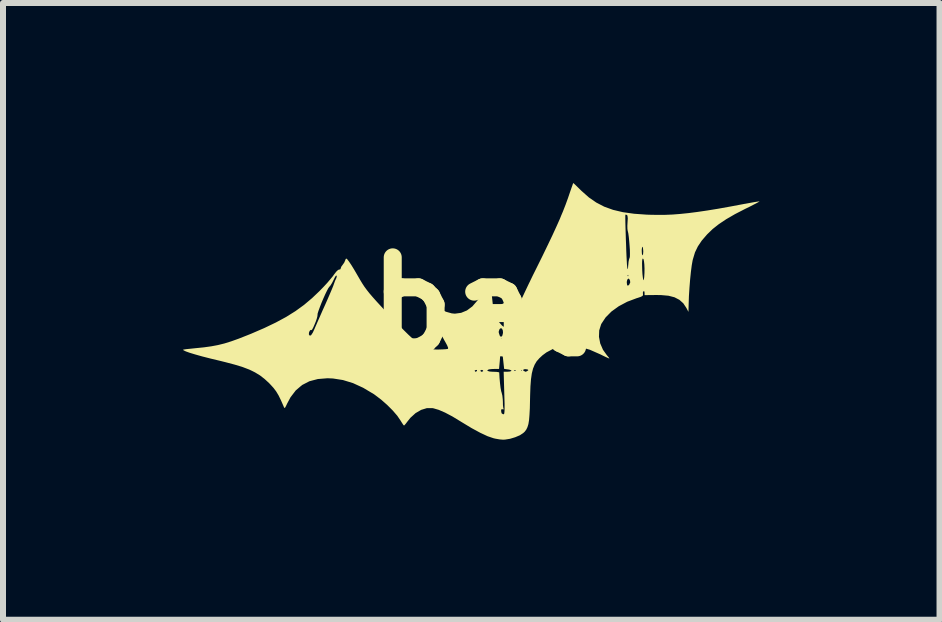
<source format=kicad_pcb>
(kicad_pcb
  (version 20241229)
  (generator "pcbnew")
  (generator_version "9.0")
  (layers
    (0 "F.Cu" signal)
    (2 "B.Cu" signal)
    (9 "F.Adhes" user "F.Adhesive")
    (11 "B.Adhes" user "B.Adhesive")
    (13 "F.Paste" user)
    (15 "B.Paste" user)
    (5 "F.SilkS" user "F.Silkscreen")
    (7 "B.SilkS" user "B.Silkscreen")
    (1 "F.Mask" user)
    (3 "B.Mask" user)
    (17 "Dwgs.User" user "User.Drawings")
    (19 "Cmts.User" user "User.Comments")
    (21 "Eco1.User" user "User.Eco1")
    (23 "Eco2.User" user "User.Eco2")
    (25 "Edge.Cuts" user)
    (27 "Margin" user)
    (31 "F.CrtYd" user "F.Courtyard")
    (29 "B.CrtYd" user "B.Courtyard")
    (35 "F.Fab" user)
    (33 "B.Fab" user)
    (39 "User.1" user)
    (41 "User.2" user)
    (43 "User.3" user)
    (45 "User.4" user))
  (footprint "bat"
    (layer "F.Cu")
    (at 4.923 2.06)
    (property "Reference" "bat" (at 0 0 0) (layer "F.SilkS") (effects (font (size 1.5 1.5) (thickness 0.3))))
    (attr board_only exclude_from_pos_files exclude_from_bom)
    (fp_poly (pts (xy 1.592 -2.05) (xy 1.622 -2.022) (xy 1.665 -1.98) (xy 1.718 -1.928) (xy 1.724 -1.923) (xy 1.84 -1.82) (xy 1.963 -1.735) (xy 2.096 -1.666) (xy 2.243 -1.613) (xy 2.408 -1.574) (xy 2.594 -1.548) (xy 2.805 -1.533) (xy 2.87 -1.531) (xy 2.993 -1.529) (xy 3.114 -1.53) (xy 3.236 -1.535) (xy 3.363 -1.545) (xy 3.499 -1.559) (xy 3.647 -1.578) (xy 3.811 -1.602) (xy 3.995 -1.632) (xy 4.201 -1.669) (xy 4.435 -1.713) (xy 4.443 -1.714) (xy 4.525 -1.729) (xy 4.595 -1.742) (xy 4.648 -1.75) (xy 4.679 -1.754) (xy 4.684 -1.754) (xy 4.672 -1.746) (xy 4.636 -1.726) (xy 4.582 -1.698) (xy 4.512 -1.662) (xy 4.448 -1.631) (xy 4.275 -1.542) (xy 4.13 -1.458) (xy 4.007 -1.376) (xy 3.903 -1.294) (xy 3.814 -1.208) (xy 3.81 -1.204) (xy 3.721 -1.101) (xy 3.656 -1.004) (xy 3.608 -0.905) (xy 3.575 -0.795) (xy 3.569 -0.773) (xy 3.554 -0.689) (xy 3.54 -0.58) (xy 3.527 -0.454) (xy 3.516 -0.317) (xy 3.507 -0.177) (xy 3.503 -0.055) (xy 3.499 0.087) (xy 3.465 0.022) (xy 3.413 -0.056) (xy 3.348 -0.114) (xy 3.267 -0.156) (xy 3.167 -0.182) (xy 3.042 -0.193) (xy 2.961 -0.194) (xy 2.768 -0.192) (xy 2.768 -0.231) (xy 2.763 -0.257) (xy 2.751 -0.259) (xy 2.74 -0.237) (xy 2.741 -0.211) (xy 2.742 -0.192) (xy 2.731 -0.177) (xy 2.704 -0.163) (xy 2.653 -0.146) (xy 2.636 -0.141) (xy 2.479 -0.082) (xy 2.338 -0.007) (xy 2.216 0.081) (xy 2.119 0.179) (xy 2.048 0.286) (xy 2.043 0.297) (xy 2.012 0.396) (xy 2.008 0.503) (xy 2.029 0.613) (xy 2.075 0.719) (xy 2.138 0.807) (xy 2.166 0.84) (xy 2.18 0.861) (xy 2.181 0.865) (xy 2.164 0.858) (xy 2.125 0.841) (xy 2.071 0.815) (xy 2.033 0.796) (xy 1.856 0.718) (xy 1.69 0.67) (xy 1.536 0.65) (xy 1.392 0.658) (xy 1.258 0.696) (xy 1.133 0.762) (xy 1.068 0.81) (xy 1.014 0.86) (xy 0.97 0.91) (xy 0.936 0.967) (xy 0.909 1.033) (xy 0.889 1.113) (xy 0.875 1.211) (xy 0.866 1.33) (xy 0.861 1.475) (xy 0.859 1.557) (xy 0.856 1.694) (xy 0.85 1.804) (xy 0.843 1.89) (xy 0.832 1.957) (xy 0.816 2.009) (xy 0.796 2.05) (xy 0.77 2.084) (xy 0.747 2.105) (xy 0.69 2.143) (xy 0.612 2.176) (xy 0.526 2.202) (xy 0.444 2.215) (xy 0.411 2.217) (xy 0.352 2.212) (xy 0.283 2.2) (xy 0.252 2.193) (xy 0.152 2.159) (xy 0.03 2.102) (xy -0.114 2.024) (xy -0.278 1.925) (xy -0.291 1.917) (xy -0.434 1.83) (xy -0.557 1.765) (xy -0.661 1.72) (xy -0.75 1.694) (xy -0.766 1.691) (xy -0.86 1.691) (xy -0.955 1.72) (xy -1.048 1.774) (xy -1.133 1.851) (xy -1.186 1.917) (xy -1.214 1.954) (xy -1.235 1.977) (xy -1.241 1.981) (xy -1.253 1.969) (xy -1.275 1.936) (xy -1.298 1.899) (xy -1.353 1.818) (xy -1.43 1.729) (xy -1.522 1.637) (xy -1.621 1.55) (xy -1.721 1.474) (xy -1.743 1.458) (xy -1.921 1.352) (xy -2.091 1.274) (xy -2.258 1.223) (xy -2.424 1.197) (xy -2.516 1.193) (xy -2.676 1.206) (xy -2.817 1.243) (xy -2.939 1.306) (xy -3.044 1.395) (xy -3.132 1.51) (xy -3.187 1.613) (xy -3.21 1.661) (xy -3.224 1.685) (xy -3.234 1.688) (xy -3.243 1.672) (xy -3.245 1.666) (xy -3.291 1.561) (xy -3.331 1.479) (xy -3.372 1.411) (xy -3.417 1.352) (xy -3.471 1.293) (xy -3.49 1.273) (xy -3.564 1.205) (xy -3.64 1.146) (xy -3.724 1.095) (xy -3.776 1.069) (xy -0.063 1.069) (xy -0.052 1.085) (xy -0.048 1.085) (xy -0.027 1.074) (xy -0.024 1.069) (xy 0.031 1.069) (xy 0.044 1.083) (xy 0.055 1.085) (xy 0.076 1.077) (xy 0.079 1.069) (xy 0.071 1.061) (xy 0.147 1.061) (xy 0.155 1.072) (xy 0.187 1.081) (xy 0.24 1.085) (xy 0.253 1.085) (xy 0.302 1.087) (xy 0.336 1.092) (xy 0.346 1.097) (xy 0.351 1.187) (xy 0.359 1.275) (xy 0.368 1.352) (xy 0.379 1.411) (xy 0.386 1.433) (xy 0.398 1.482) (xy 0.405 1.545) (xy 0.407 1.586) (xy 0.408 1.64) (xy 0.413 1.683) (xy 0.418 1.701) (xy 0.42 1.713) (xy 0.404 1.71) (xy 0.383 1.709) (xy 0.377 1.734) (xy 0.377 1.736) (xy 0.385 1.776) (xy 0.408 1.792) (xy 0.42 1.793) (xy 0.427 1.788) (xy 0.431 1.771) (xy 0.434 1.739) (xy 0.435 1.688) (xy 0.435 1.615) (xy 0.432 1.515) (xy 0.43 1.439) (xy 0.42 1.085) (xy 0.473 1.085) (xy 0.523 1.081) (xy 0.548 1.072) (xy 0.547 1.066) (xy 0.589 1.066) (xy 0.604 1.068) (xy 0.625 1.065) (xy 0.625 1.062) (xy 0.708 1.062) (xy 0.716 1.069) (xy 0.723 1.062) (xy 0.718 1.056) (xy 0.741 1.056) (xy 0.753 1.068) (xy 0.755 1.07) (xy 0.779 1.083) (xy 0.786 1.085) (xy 0.805 1.077) (xy 0.817 1.07) (xy 0.832 1.057) (xy 0.817 1.046) (xy 0.813 1.045) (xy 0.775 1.041) (xy 0.759 1.045) (xy 0.741 1.056) (xy 0.718 1.056) (xy 0.716 1.054) (xy 0.708 1.062) (xy 0.625 1.062) (xy 0.625 1.06) (xy 0.604 1.056) (xy 0.595 1.059) (xy 0.589 1.066) (xy 0.547 1.066) (xy 0.546 1.061) (xy 0.516 1.05) (xy 0.499 1.047) (xy 0.428 1.037) (xy 0.408 0.856) (xy 0.399 0.786) (xy 0.39 0.728) (xy 0.381 0.689) (xy 0.374 0.676) (xy 0.366 0.69) (xy 0.364 0.723) (xy 0.364 0.727) (xy 0.364 0.767) (xy 0.361 0.827) (xy 0.356 0.895) (xy 0.355 0.908) (xy 0.343 1.038) (xy 0.267 1.038) (xy 0.217 1.04) (xy 0.177 1.045) (xy 0.167 1.048) (xy 0.147 1.061) (xy 0.071 1.061) (xy 0.066 1.056) (xy 0.055 1.054) (xy 0.034 1.062) (xy 0.031 1.069) (xy -0.024 1.069) (xy -0.027 1.056) (xy -0.038 1.054) (xy -0.06 1.062) (xy -0.063 1.069) (xy -3.776 1.069) (xy -3.818 1.049) (xy -3.928 1.007) (xy -4.058 0.967) (xy -4.213 0.926) (xy -4.301 0.904) (xy -4.464 0.865) (xy -4.605 0.829) (xy -4.722 0.796) (xy -4.814 0.768) (xy -4.878 0.745) (xy -4.915 0.727) (xy -4.923 0.717) (xy -4.908 0.714) (xy -4.868 0.708) (xy -4.808 0.702) (xy -4.733 0.694) (xy -4.714 0.692) (xy -4.575 0.678) (xy -4.453 0.661) (xy -4.341 0.64) (xy -4.232 0.613) (xy -4.12 0.578) (xy -3.997 0.534) (xy -3.855 0.478) (xy -3.81 0.46) (xy -2.826 0.46) (xy -2.824 0.466) (xy -2.809 0.485) (xy -2.788 0.474) (xy -2.761 0.433) (xy -2.731 0.368) (xy -2.71 0.319) (xy -2.679 0.248) (xy -2.641 0.162) (xy -2.599 0.066) (xy -2.555 -0.031) (xy -2.555 -0.031) (xy -2.514 -0.124) (xy -2.476 -0.212) (xy -2.444 -0.287) (xy -2.42 -0.346) (xy -2.407 -0.383) (xy -2.406 -0.385) (xy -2.39 -0.43) (xy -2.375 -0.462) (xy -2.372 -0.467) (xy -2.362 -0.498) (xy -2.363 -0.514) (xy -2.372 -0.519) (xy -2.39 -0.495) (xy -2.413 -0.448) (xy -2.44 -0.395) (xy -2.467 -0.352) (xy -2.486 -0.33) (xy -2.502 -0.308) (xy -2.526 -0.263) (xy -2.555 -0.203) (xy -2.586 -0.133) (xy -2.617 -0.06) (xy -2.644 0.01) (xy -2.666 0.07) (xy -2.68 0.115) (xy -2.682 0.137) (xy -2.684 0.159) (xy -2.694 0.199) (xy -2.711 0.248) (xy -2.732 0.299) (xy -2.752 0.345) (xy -2.77 0.379) (xy -2.783 0.392) (xy -2.785 0.391) (xy -2.798 0.388) (xy -2.813 0.405) (xy -2.824 0.432) (xy -2.826 0.46) (xy -3.81 0.46) (xy -3.79 0.452) (xy -3.57 0.357) (xy -3.376 0.264) (xy -3.204 0.171) (xy -3.049 0.074) (xy -2.907 -0.029) (xy -2.773 -0.142) (xy -2.65 -0.259) (xy -2.583 -0.328) (xy -2.519 -0.397) (xy -2.464 -0.462) (xy -2.422 -0.513) (xy -2.413 -0.527) (xy -2.37 -0.583) (xy -2.338 -0.613) (xy -2.322 -0.617) (xy -2.3 -0.624) (xy -2.296 -0.637) (xy -2.286 -0.666) (xy -2.264 -0.696) (xy -2.237 -0.734) (xy -2.223 -0.766) (xy -2.212 -0.794) (xy -2.202 -0.802) (xy -2.186 -0.789) (xy -2.157 -0.751) (xy -2.118 -0.693) (xy -2.072 -0.618) (xy -2.02 -0.529) (xy -2.005 -0.503) (xy -1.969 -0.441) (xy -1.935 -0.385) (xy -1.901 -0.333) (xy -1.862 -0.28) (xy -1.818 -0.224) (xy -1.764 -0.161) (xy -1.699 -0.088) (xy -1.619 -0.001) (xy -1.522 0.103) (xy -1.44 0.189) (xy -1.333 0.301) (xy -1.243 0.393) (xy -1.168 0.467) (xy -1.104 0.526) (xy -1.049 0.572) (xy -1 0.608) (xy -0.952 0.637) (xy -0.916 0.656) (xy -0.854 0.686) (xy -0.807 0.703) (xy -0.761 0.712) (xy -0.704 0.714) (xy -0.66 0.714) (xy -0.596 0.712) (xy -0.544 0.709) (xy -0.512 0.704) (xy -0.507 0.702) (xy -0.506 0.684) (xy -0.523 0.643) (xy -0.556 0.582) (xy -0.561 0.574) (xy -0.572 0.555) (xy 0.366 0.555) (xy 0.369 0.565) (xy 0.384 0.581) (xy 0.392 0.567) (xy 0.393 0.547) (xy 0.389 0.525) (xy 0.376 0.53) (xy 0.376 0.53) (xy 0.366 0.555) (xy -0.572 0.555) (xy -0.587 0.527) (xy -0.621 0.464) (xy -0.646 0.412) (xy 0.338 0.412) (xy 0.338 0.432) (xy 0.35 0.469) (xy 0.353 0.48) (xy 0.37 0.501) (xy 0.39 0.495) (xy 0.399 0.478) (xy 0.409 0.436) (xy 0.406 0.397) (xy 0.393 0.369) (xy 0.375 0.358) (xy 0.354 0.371) (xy 0.35 0.378) (xy 0.338 0.412) (xy -0.646 0.412) (xy -0.659 0.387) (xy -0.7 0.303) (xy -0.742 0.216) (xy -0.781 0.131) (xy -0.817 0.053) (xy -0.846 -0.013) (xy -0.867 -0.064) (xy -0.877 -0.092) (xy -0.877 -0.097) (xy -0.863 -0.094) (xy -0.83 -0.077) (xy -0.785 -0.049) (xy -0.779 -0.045) (xy -0.652 0.033) (xy -0.541 0.085) (xy -0.445 0.112) (xy -0.393 0.117) (xy -0.289 0.103) (xy -0.192 0.063) (xy -0.102 -0.004) (xy -0.019 -0.1) (xy 0.06 -0.225) (xy 0.125 -0.357) (xy 0.146 -0.405) (xy 0.162 -0.44) (xy 0.175 -0.46) (xy 0.184 -0.462) (xy 0.192 -0.445) (xy 0.199 -0.405) (xy 0.207 -0.34) (xy 0.216 -0.248) (xy 0.227 -0.149) (xy 0.237 -0.054) (xy 0.247 0.018) (xy 0.258 0.073) (xy 0.271 0.117) (xy 0.289 0.16) (xy 0.303 0.189) (xy 0.348 0.264) (xy 0.394 0.316) (xy 0.407 0.326) (xy 0.455 0.354) (xy 0.489 0.36) (xy 0.515 0.341) (xy 0.539 0.295) (xy 0.551 0.263) (xy 0.587 0.172) (xy 0.635 0.058) (xy 0.695 -0.077) (xy 0.765 -0.227) (xy 0.842 -0.389) (xy 0.853 -0.411) (xy 2.471 -0.411) (xy 2.475 -0.371) (xy 2.476 -0.366) (xy 2.486 -0.349) (xy 2.501 -0.356) (xy 2.511 -0.365) (xy 2.529 -0.403) (xy 2.526 -0.432) (xy 2.512 -0.461) (xy 2.496 -0.468) (xy 2.479 -0.448) (xy 2.471 -0.411) (xy 0.853 -0.411) (xy 0.905 -0.519) (xy 2.485 -0.519) (xy 2.491 -0.506) (xy 2.495 -0.509) (xy 2.497 -0.527) (xy 2.495 -0.529) (xy 2.486 -0.527) (xy 2.485 -0.519) (xy 0.905 -0.519) (xy 0.925 -0.559) (xy 0.96 -0.629) (xy 1.063 -0.837) (xy 1.152 -1.021) (xy 1.23 -1.184) (xy 1.297 -1.33) (xy 1.356 -1.462) (xy 1.376 -1.512) (xy 2.447 -1.512) (xy 2.447 -1.468) (xy 2.448 -1.403) (xy 2.45 -1.321) (xy 2.453 -1.227) (xy 2.456 -1.127) (xy 2.46 -1.026) (xy 2.463 -0.928) (xy 2.467 -0.839) (xy 2.471 -0.763) (xy 2.474 -0.706) (xy 2.477 -0.676) (xy 2.482 -0.635) (xy 2.488 -0.624) (xy 2.492 -0.645) (xy 2.496 -0.696) (xy 2.497 -0.699) (xy 2.499 -0.726) (xy 2.726 -0.726) (xy 2.727 -0.667) (xy 2.729 -0.603) (xy 2.733 -0.541) (xy 2.739 -0.488) (xy 2.745 -0.452) (xy 2.751 -0.44) (xy 2.756 -0.455) (xy 2.762 -0.493) (xy 2.765 -0.547) (xy 2.766 -0.558) (xy 2.767 -0.636) (xy 2.764 -0.704) (xy 2.758 -0.758) (xy 2.75 -0.792) (xy 2.739 -0.802) (xy 2.733 -0.795) (xy 2.728 -0.771) (xy 2.726 -0.726) (xy 2.499 -0.726) (xy 2.502 -0.753) (xy 2.511 -0.795) (xy 2.519 -0.813) (xy 2.523 -0.835) (xy 2.524 -0.881) (xy 2.523 -0.93) (xy 2.721 -0.93) (xy 2.723 -0.886) (xy 2.729 -0.86) (xy 2.735 -0.856) (xy 2.743 -0.876) (xy 2.746 -0.915) (xy 2.746 -0.927) (xy 2.741 -0.978) (xy 2.733 -0.999) (xy 2.726 -0.989) (xy 2.721 -0.949) (xy 2.721 -0.93) (xy 2.523 -0.93) (xy 2.523 -0.944) (xy 2.518 -1.017) (xy 2.512 -1.092) (xy 2.505 -1.162) (xy 2.497 -1.221) (xy 2.488 -1.26) (xy 2.487 -1.263) (xy 2.482 -1.296) (xy 2.481 -1.349) (xy 2.484 -1.405) (xy 2.488 -1.473) (xy 2.483 -1.514) (xy 2.475 -1.527) (xy 2.455 -1.534) (xy 2.448 -1.53) (xy 2.447 -1.512) (xy 1.376 -1.512) (xy 1.407 -1.585) (xy 1.452 -1.7) (xy 1.493 -1.813) (xy 1.525 -1.907) (xy 1.547 -1.971) (xy 1.565 -2.021) (xy 1.576 -2.053) (xy 1.58 -2.06)) (stroke (width 0) (type solid)) (fill yes) (layer "F.SilkS")))
  (gr_rect
    (start -3 -3)
    (end 12.606 7.277)
    (stroke (width 0.1) (type default))
    (fill no)
    (layer "Edge.Cuts")))
</source>
